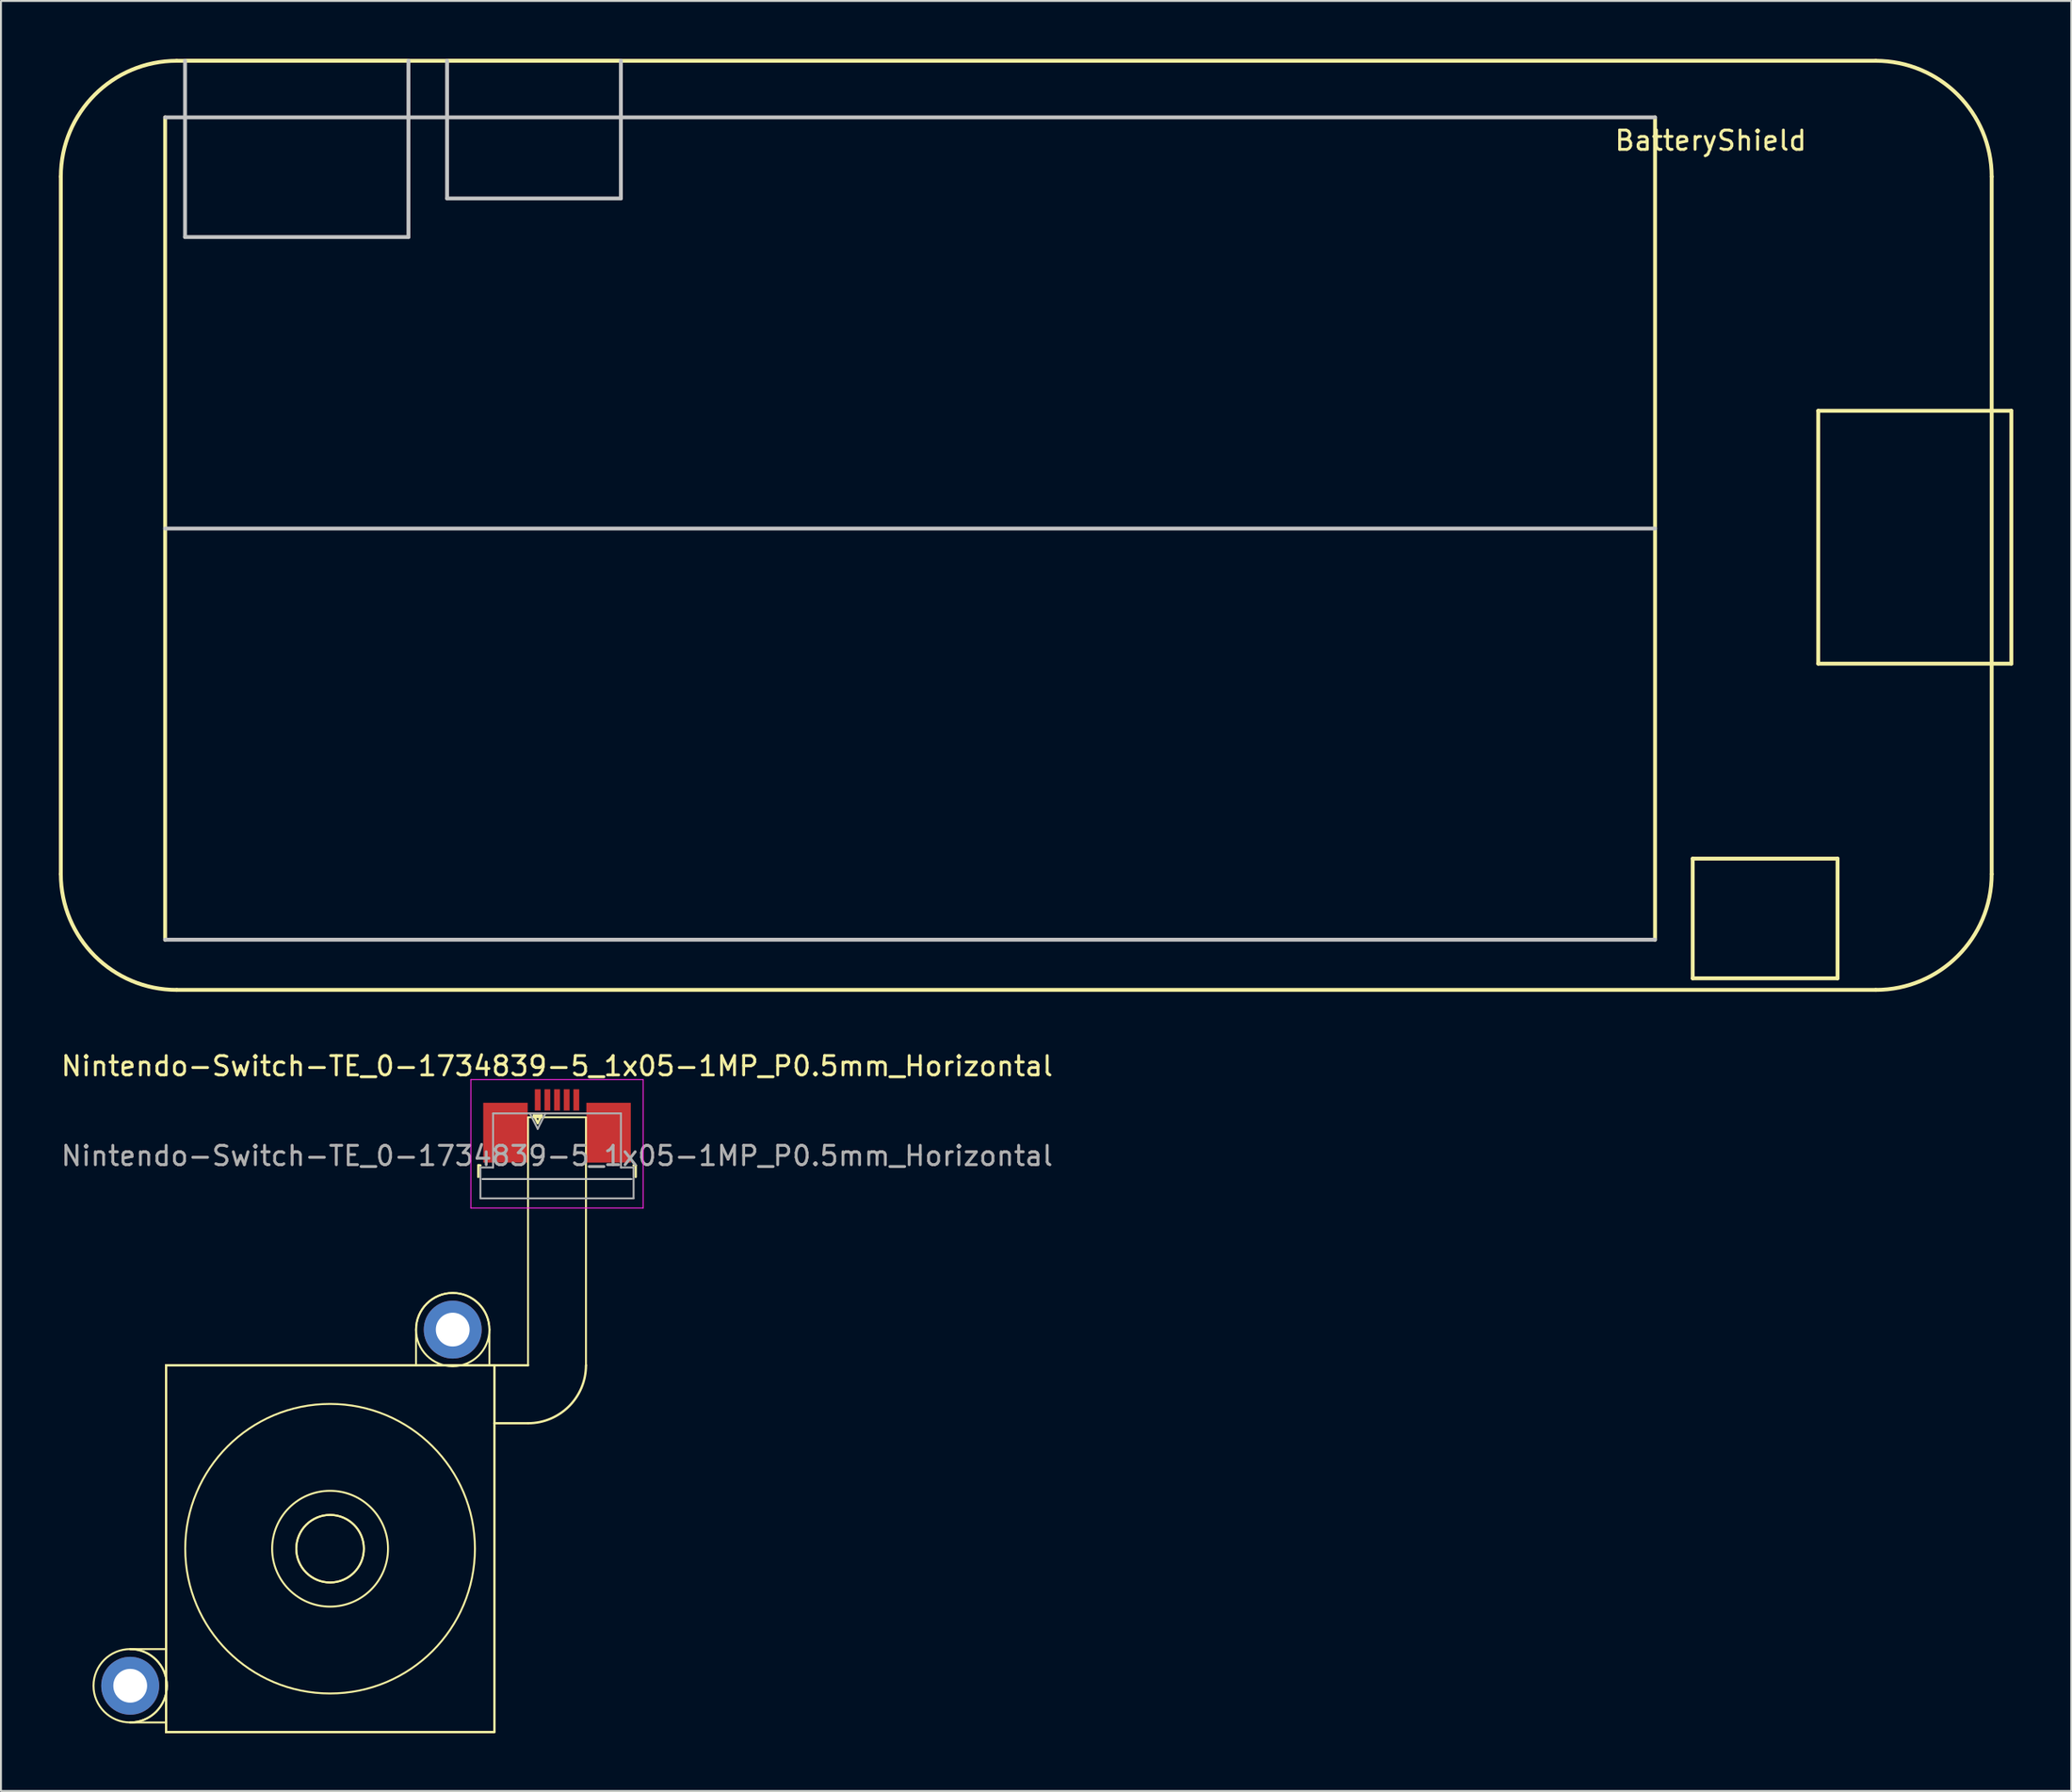
<source format=kicad_pcb>
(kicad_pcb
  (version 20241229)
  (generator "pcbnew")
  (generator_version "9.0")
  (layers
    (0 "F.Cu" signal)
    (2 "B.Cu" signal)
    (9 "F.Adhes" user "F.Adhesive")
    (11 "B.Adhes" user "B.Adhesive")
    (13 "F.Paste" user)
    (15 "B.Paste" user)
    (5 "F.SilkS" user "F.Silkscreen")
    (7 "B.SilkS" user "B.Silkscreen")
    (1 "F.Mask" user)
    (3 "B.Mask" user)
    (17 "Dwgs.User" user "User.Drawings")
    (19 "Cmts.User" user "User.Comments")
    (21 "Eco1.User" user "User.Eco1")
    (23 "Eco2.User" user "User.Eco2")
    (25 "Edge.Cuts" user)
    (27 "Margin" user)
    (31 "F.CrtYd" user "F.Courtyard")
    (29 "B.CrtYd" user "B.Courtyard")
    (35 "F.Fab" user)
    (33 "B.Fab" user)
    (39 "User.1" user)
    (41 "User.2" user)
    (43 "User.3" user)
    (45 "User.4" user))
  (footprint "Nintendo-Switch-TE_0-1734839-5_1x05-1MP_P0.5mm_Horizontal"
    (layer "F.Cu")
    (at 25.792 55.278)
    (property "Reference" "Nintendo-Switch-TE_0-1734839-5_1x05-1MP_P0.5mm_Horizontal" (at 0 -3.1 0) (layer "F.SilkS") (effects (font (size 1 1) (thickness 0.15))))
    (attr smd)
    (fp_line (start -22.1 27.1) (end -20.25 27.1) (stroke (width 0.1) (type solid)) (layer "F.SilkS"))
    (fp_line (start -20.25 12.4) (end -20.25 31.4) (stroke (width 0.1) (type solid)) (layer "F.SilkS"))
    (fp_line (start -20.25 12.4) (end -20.25 31.4) (stroke (width 0.1) (type solid)) (layer "F.SilkS"))
    (fp_line (start -20.25 12.4) (end -7.3 12.4) (stroke (width 0.1) (type solid)) (layer "F.SilkS"))
    (fp_line (start -20.25 12.4) (end -3.25 12.4) (stroke (width 0.1) (type solid)) (layer "F.SilkS"))
    (fp_line (start -20.25 27.1) (end -20.25 12.4) (stroke (width 0.1) (type solid)) (layer "F.SilkS"))
    (fp_line (start -20.25 27.1) (end -20.25 30.9) (stroke (width 0.1) (type solid)) (layer "F.SilkS"))
    (fp_line (start -20.25 30.9) (end -22.1 30.9) (stroke (width 0.1) (type solid)) (layer "F.SilkS"))
    (fp_line (start -20.25 31.4) (end -20.25 12.4) (stroke (width 0.1) (type solid)) (layer "F.SilkS"))
    (fp_line (start -20.25 31.4) (end -20.25 30.9) (stroke (width 0.1) (type solid)) (layer "F.SilkS"))
    (fp_line (start -20.25 31.4) (end -3.25 31.4) (stroke (width 0.1) (type solid)) (layer "F.SilkS"))
    (fp_line (start -20.25 31.4) (end -3.25 31.4) (stroke (width 0.1) (type solid)) (layer "F.SilkS"))
    (fp_line (start -7.3 12.4) (end -7.3 10.55) (stroke (width 0.1) (type solid)) (layer "F.SilkS"))
    (fp_line (start -4.075 2.04) (end -4.075 2.64) (stroke (width 0.12) (type solid)) (layer "F.SilkS"))
    (fp_line (start -3.965 2.04) (end -4.075 2.04) (stroke (width 0.12) (type solid)) (layer "F.SilkS"))
    (fp_line (start -3.5 10.55) (end -3.5 12.4) (stroke (width 0.1) (type solid)) (layer "F.SilkS"))
    (fp_line (start -3.5 12.4) (end -7.3 12.4) (stroke (width 0.1) (type solid)) (layer "F.SilkS"))
    (fp_line (start -3.5 12.4) (end -3.25 12.4) (stroke (width 0.1) (type solid)) (layer "F.SilkS"))
    (fp_line (start -3.25 12.4) (end -20.25 12.4) (stroke (width 0.1) (type solid)) (layer "F.SilkS"))
    (fp_line (start -3.25 12.4) (end -20.25 12.4) (stroke (width 0.1) (type solid)) (layer "F.SilkS"))
    (fp_line (start -3.25 12.4) (end -3.25 31.4) (stroke (width 0.1) (type solid)) (layer "F.SilkS"))
    (fp_line (start -3.25 12.4) (end -3.25 31.4) (stroke (width 0.1) (type solid)) (layer "F.SilkS"))
    (fp_line (start -3.25 12.4) (end -1.5 12.4) (stroke (width 0.12) (type solid)) (layer "F.SilkS"))
    (fp_line (start -3.25 15.4) (end -3.25 12.4) (stroke (width 0.1) (type solid)) (layer "F.SilkS"))
    (fp_line (start -3.25 31.4) (end -20.25 31.4) (stroke (width 0.1) (type solid)) (layer "F.SilkS"))
    (fp_line (start -3.25 31.4) (end -20.25 31.4) (stroke (width 0.1) (type solid)) (layer "F.SilkS"))
    (fp_line (start -3.25 31.4) (end -3.25 12.4) (stroke (width 0.1) (type solid)) (layer "F.SilkS"))
    (fp_line (start -3.25 31.4) (end -3.25 12.4) (stroke (width 0.1) (type solid)) (layer "F.SilkS"))
    (fp_line (start -1.5 -0.45) (end 1.5 -0.45) (stroke (width 0.1) (type solid)) (layer "F.SilkS"))
    (fp_line (start -1.5 12.4) (end -1.5 -0.45) (stroke (width 0.1) (type solid)) (layer "F.SilkS"))
    (fp_line (start -1.5 15.4) (end -3.25 15.4) (stroke (width 0.12) (type solid)) (layer "F.SilkS"))
    (fp_line (start -1.2 -0.55) (end -1 -0.15) (stroke (width 0.12) (type solid)) (layer "F.SilkS"))
    (fp_line (start -1 -0.15) (end -0.8 -0.55) (stroke (width 0.12) (type solid)) (layer "F.SilkS"))
    (fp_line (start -0.8 -0.55) (end -1.2 -0.55) (stroke (width 0.12) (type solid)) (layer "F.SilkS"))
    (fp_line (start 1.5 -0.45) (end 1.5 12.4) (stroke (width 0.1) (type solid)) (layer "F.SilkS"))
    (fp_line (start 3.965 2.04) (end 4.075 2.04) (stroke (width 0.12) (type solid)) (layer "F.SilkS"))
    (fp_line (start 4.075 2.04) (end 4.075 2.64) (stroke (width 0.12) (type solid)) (layer "F.SilkS"))
    (fp_arc (start -22.1 27.099998) (mid -20.199999 28.999999) (end -22.1 30.9) (stroke (width 0.1) (type solid)) (layer "F.SilkS"))
    (fp_arc (start -7.3 10.55) (mid -5.4 8.65) (end -3.5 10.55) (stroke (width 0.1) (type solid)) (layer "F.SilkS"))
    (fp_arc (start 1.5 12.4) (mid 0.62132 14.52132) (end -1.5 15.4) (stroke (width 0.12) (type solid)) (layer "F.SilkS"))
    (fp_circle (center -22.1 29) (end -24 29) (stroke (width 0.1) (type solid)) (fill no) (layer "F.SilkS"))
    (fp_circle (center -11.75 21.9) (end -19.25 21.9) (stroke (width 0.1) (type solid)) (fill no) (layer "F.SilkS"))
    (fp_circle (center -11.75 21.9) (end -14.75 21.9) (stroke (width 0.1) (type solid)) (fill no) (layer "F.SilkS"))
    (fp_circle (center -11.75 21.9) (end -13.5 21.9) (stroke (width 0.1) (type solid)) (fill no) (layer "F.SilkS"))
    (fp_circle (center -11.75 21.9) (end -13.5 21.9) (stroke (width 0.1) (type solid)) (fill no) (layer "F.SilkS"))
    (fp_circle (center -5.4 10.55) (end -7.3 10.55) (stroke (width 0.1) (type solid)) (fill no) (layer "F.SilkS"))
    (fp_line (start 3.855 2.75) (end -3.855 2.75) (stroke (width 0.1) (type solid)) (layer "Dwgs.User"))
    (fp_line (start -4.46 -2.4) (end -4.46 4.25) (stroke (width 0.05) (type solid)) (layer "F.CrtYd"))
    (fp_line (start -4.46 4.25) (end 4.46 4.25) (stroke (width 0.05) (type solid)) (layer "F.CrtYd"))
    (fp_line (start 4.46 -2.4) (end -4.46 -2.4) (stroke (width 0.05) (type solid)) (layer "F.CrtYd"))
    (fp_line (start 4.46 4.25) (end 4.46 -2.4) (stroke (width 0.05) (type solid)) (layer "F.CrtYd"))
    (fp_line (start -3.965 2.15) (end -3.31 2.15) (stroke (width 0.1) (type solid)) (layer "F.Fab"))
    (fp_line (start -3.965 3.75) (end -3.965 2.15) (stroke (width 0.1) (type solid)) (layer "F.Fab"))
    (fp_line (start -3.31 -0.65) (end 3.31 -0.65) (stroke (width 0.1) (type solid)) (layer "F.Fab"))
    (fp_line (start -3.31 2.15) (end -3.31 -0.65) (stroke (width 0.1) (type solid)) (layer "F.Fab"))
    (fp_line (start -1.4 -0.65) (end -1 0.15) (stroke (width 0.1) (type solid)) (layer "F.Fab"))
    (fp_line (start -1 0.15) (end -0.6 -0.65) (stroke (width 0.1) (type solid)) (layer "F.Fab"))
    (fp_line (start 3.31 -0.65) (end 3.31 2.15) (stroke (width 0.1) (type solid)) (layer "F.Fab"))
    (fp_line (start 3.31 2.15) (end 3.965 2.15) (stroke (width 0.1) (type solid)) (layer "F.Fab"))
    (fp_line (start 3.965 2.15) (end 3.965 3.75) (stroke (width 0.1) (type solid)) (layer "F.Fab"))
    (fp_line (start 3.965 3.75) (end -3.965 3.75) (stroke (width 0.1) (type solid)) (layer "F.Fab"))
    (fp_text user "${REFERENCE}" (at 0 1.55 0) (layer "F.Fab") (effects (font (size 1 1) (thickness 0.15))))
    (pad "" thru_hole circle (at -22.1 29) (size 3 3) (drill 1.75) (layers "*.Cu" "*.Mask"))
    (pad "" thru_hole circle (at -5.4 10.55) (size 3 3) (drill 1.75) (layers "*.Cu" "*.Mask"))
    (pad "1" smd rect (at -1 -1.35) (size 0.3 1.1) (layers "F.Cu" "F.Mask" "F.Paste"))
    (pad "2" smd rect (at -0.5 -1.35) (size 0.3 1.1) (layers "F.Cu" "F.Mask" "F.Paste"))
    (pad "3" smd rect (at 0 -1.35) (size 0.3 1.1) (layers "F.Cu" "F.Mask" "F.Paste"))
    (pad "4" smd rect (at 0.5 -1.35) (size 0.3 1.1) (layers "F.Cu" "F.Mask" "F.Paste"))
    (pad "5" smd rect (at 1 -1.35) (size 0.3 1.1) (layers "F.Cu" "F.Mask" "F.Paste"))
    (pad "MP" smd rect (at -2.67 0.35) (size 2.3 3.1) (layers "F.Cu" "F.Mask" "F.Paste"))
    (pad "MP" smd rect (at 2.67 0.35) (size 2.3 3.1) (layers "F.Cu" "F.Mask" "F.Paste")))
  (footprint "BatteryShield"
    (layer "F.Cu")
    (at 39.532 24.73)
    (property "Reference" "BatteryShield" (at 46 -20.5 0) (layer "F.SilkS") (effects (font (size 1 1) (thickness 0.15))))
    (attr through_hole)
    (fp_line (start -39.432 -18.63) (end -39.432 17.5) (stroke (width 0.2) (type solid)) (layer "F.SilkS"))
    (fp_line (start -34.032 20.9) (end -34.032 -21.7) (stroke (width 0.2) (type solid)) (layer "F.SilkS"))
    (fp_line (start -33.432 23.5) (end 54.548 23.5) (stroke (width 0.2) (type solid)) (layer "F.SilkS"))
    (fp_line (start -33 -24.63) (end -21.432 -24.63) (stroke (width 0.2) (type solid)) (layer "F.SilkS"))
    (fp_line (start -19.432 -24.63) (end -10.432 -24.63) (stroke (width 0.2) (type solid)) (layer "F.SilkS"))
    (fp_line (start 43.118 -21.7) (end 43.118 20.9) (stroke (width 0.2) (type solid)) (layer "F.SilkS"))
    (fp_line (start 45.068 16.7) (end 52.568 16.7) (stroke (width 0.2) (type solid)) (layer "F.SilkS"))
    (fp_line (start 45.068 22.9) (end 45.068 16.7) (stroke (width 0.2) (type solid)) (layer "F.SilkS"))
    (fp_line (start 51.568 -6.5) (end 61.568 -6.5) (stroke (width 0.2) (type solid)) (layer "F.SilkS"))
    (fp_line (start 51.568 6.6) (end 51.568 -6.5) (stroke (width 0.2) (type solid)) (layer "F.SilkS"))
    (fp_line (start 52.568 16.7) (end 52.568 22.9) (stroke (width 0.2) (type solid)) (layer "F.SilkS"))
    (fp_line (start 52.568 22.9) (end 45.068 22.9) (stroke (width 0.2) (type solid)) (layer "F.SilkS"))
    (fp_line (start 54.548 -24.63) (end -33.432 -24.63) (stroke (width 0.2) (type solid)) (layer "F.SilkS"))
    (fp_line (start 60.548 17.5) (end 60.548 -18.63) (stroke (width 0.2) (type solid)) (layer "F.SilkS"))
    (fp_line (start 61.568 -6.5) (end 61.568 6.6) (stroke (width 0.2) (type solid)) (layer "F.SilkS"))
    (fp_line (start 61.568 6.6) (end 51.568 6.6) (stroke (width 0.2) (type solid)) (layer "F.SilkS"))
    (fp_arc (start -39.431974 -18.630001) (mid -37.674614 -22.872641) (end -33.431974 -24.629999) (stroke (width 0.2) (type solid)) (layer "F.SilkS"))
    (fp_arc (start -33.431976 23.5) (mid -37.674616 21.74264) (end -39.431974 17.5) (stroke (width 0.2) (type solid)) (layer "F.SilkS"))
    (fp_arc (start 54.548026 -24.63) (mid 58.790667 -22.872641) (end 60.548026 -18.63) (stroke (width 0.2) (type solid)) (layer "F.SilkS"))
    (fp_arc (start 60.548026 17.5) (mid 58.790667 21.742641) (end 54.548026 23.5) (stroke (width 0.2) (type solid)) (layer "F.SilkS"))
    (fp_line (start -34.032 -21.7) (end 43.118 -21.7) (stroke (width 0.2) (type solid)) (layer "Dwgs.User"))
    (fp_line (start -34.032 -0.4) (end 43.118 -0.4) (stroke (width 0.2) (type solid)) (layer "Dwgs.User"))
    (fp_line (start -33 -15.5) (end -33 -24.63) (stroke (width 0.2) (type solid)) (layer "Dwgs.User"))
    (fp_line (start -21.432 -24.63) (end -21.432 -15.5) (stroke (width 0.2) (type solid)) (layer "Dwgs.User"))
    (fp_line (start -21.432 -15.5) (end -33 -15.5) (stroke (width 0.2) (type solid)) (layer "Dwgs.User"))
    (fp_line (start -19.432 -17.5) (end -19.432 -24.63) (stroke (width 0.2) (type solid)) (layer "Dwgs.User"))
    (fp_line (start -10.432 -24.63) (end -10.432 -17.5) (stroke (width 0.2) (type solid)) (layer "Dwgs.User"))
    (fp_line (start -10.432 -17.5) (end -19.432 -17.5) (stroke (width 0.2) (type solid)) (layer "Dwgs.User"))
    (fp_line (start 43.118 20.9) (end -34.032 20.9) (stroke (width 0.2) (type solid)) (layer "Dwgs.User")))
  (gr_rect
    (start -3 -3)
    (end 104.2 89.728)
    (stroke (width 0.1) (type default))
    (fill no)
    (layer "Edge.Cuts")))
</source>
